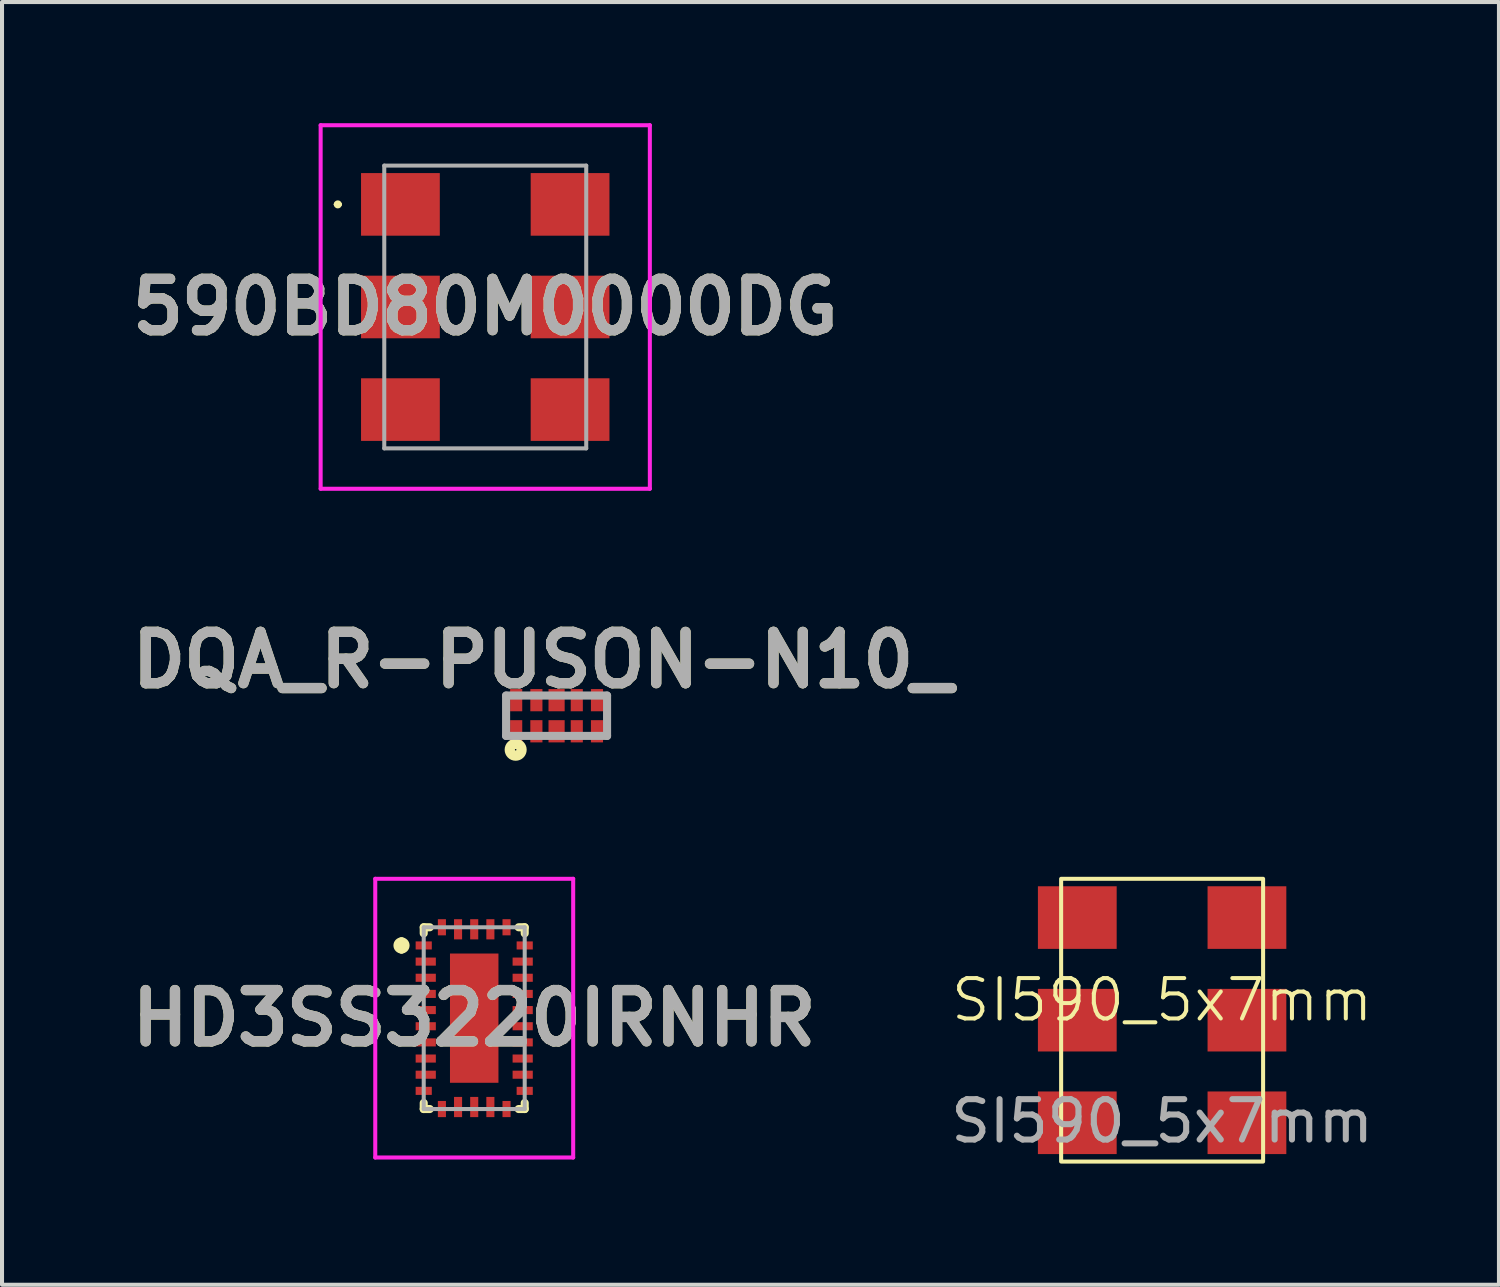
<source format=kicad_pcb>
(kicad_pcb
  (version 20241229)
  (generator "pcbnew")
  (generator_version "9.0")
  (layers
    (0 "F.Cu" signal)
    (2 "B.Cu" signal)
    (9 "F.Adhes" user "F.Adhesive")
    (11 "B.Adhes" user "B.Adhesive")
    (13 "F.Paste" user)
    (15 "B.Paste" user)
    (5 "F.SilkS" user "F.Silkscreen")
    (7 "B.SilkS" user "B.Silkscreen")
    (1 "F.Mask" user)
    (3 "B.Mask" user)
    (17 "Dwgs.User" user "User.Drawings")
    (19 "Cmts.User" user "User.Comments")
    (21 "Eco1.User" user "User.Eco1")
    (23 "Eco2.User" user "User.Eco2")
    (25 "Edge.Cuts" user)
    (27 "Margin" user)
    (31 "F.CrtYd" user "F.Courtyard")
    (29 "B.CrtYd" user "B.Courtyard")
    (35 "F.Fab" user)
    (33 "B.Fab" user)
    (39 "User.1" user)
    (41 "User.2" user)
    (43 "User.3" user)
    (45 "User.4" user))
  (footprint "HD3SS3220IRNHR"
    (layer "F.Cu")
    (at 8.69 22.156)
    (property "Reference" "HD3SS3220IRNHR" (at 0 0 0) (layer "F.SilkS") (effects (font (size 1.27 1.27) (thickness 0.254))))
    (attr smd)
    (fp_line (start -1.8 -1.9) (end -1.8 -1.9) (stroke (width 0.2) (type solid)) (layer "F.SilkS"))
    (fp_line (start -1.8 -1.7) (end -1.8 -1.7) (stroke (width 0.2) (type solid)) (layer "F.SilkS"))
    (fp_line (start -1.25 -2.25) (end -1.25 -2.1) (stroke (width 0.2) (type solid)) (layer "F.SilkS"))
    (fp_line (start -1.25 2.1) (end -1.25 2.25) (stroke (width 0.2) (type solid)) (layer "F.SilkS"))
    (fp_line (start -1.25 2.25) (end -1.1 2.25) (stroke (width 0.2) (type solid)) (layer "F.SilkS"))
    (fp_line (start -1.1 -2.25) (end -1.25 -2.25) (stroke (width 0.2) (type solid)) (layer "F.SilkS"))
    (fp_line (start 1.1 -2.25) (end 1.25 -2.25) (stroke (width 0.2) (type solid)) (layer "F.SilkS"))
    (fp_line (start 1.1 2.25) (end 1.25 2.25) (stroke (width 0.2) (type solid)) (layer "F.SilkS"))
    (fp_line (start 1.25 -2.25) (end 1.25 -2.1) (stroke (width 0.2) (type solid)) (layer "F.SilkS"))
    (fp_line (start 1.25 2.25) (end 1.25 2.1) (stroke (width 0.2) (type solid)) (layer "F.SilkS"))
    (fp_arc (start -1.8 -1.9) (mid -1.7 -1.8) (end -1.8 -1.7) (stroke (width 0.2) (type solid)) (layer "F.SilkS"))
    (fp_arc (start -1.8 -1.7) (mid -1.9 -1.8) (end -1.8 -1.9) (stroke (width 0.2) (type solid)) (layer "F.SilkS"))
    (fp_line (start -2.45 -3.45) (end 2.45 -3.45) (stroke (width 0.1) (type solid)) (layer "F.CrtYd"))
    (fp_line (start -2.45 3.45) (end -2.45 -3.45) (stroke (width 0.1) (type solid)) (layer "F.CrtYd"))
    (fp_line (start 2.45 -3.45) (end 2.45 3.45) (stroke (width 0.1) (type solid)) (layer "F.CrtYd"))
    (fp_line (start 2.45 3.45) (end -2.45 3.45) (stroke (width 0.1) (type solid)) (layer "F.CrtYd"))
    (fp_line (start -1.25 -2.25) (end 1.25 -2.25) (stroke (width 0.1) (type solid)) (layer "F.Fab"))
    (fp_line (start -1.25 2.25) (end -1.25 -2.25) (stroke (width 0.1) (type solid)) (layer "F.Fab"))
    (fp_line (start 1.25 -2.25) (end 1.25 2.25) (stroke (width 0.1) (type solid)) (layer "F.Fab"))
    (fp_line (start 1.25 2.25) (end -1.25 2.25) (stroke (width 0.1) (type solid)) (layer "F.Fab"))
    (fp_text user "${REFERENCE}" (at 0 0 0) (layer "F.Fab") (effects (font (size 1.27 1.27) (thickness 0.254))))
    (pad "1" smd rect (at -1.25 -1.8 90) (size 0.2 0.4) (layers "F.Cu" "F.Mask" "F.Paste"))
    (pad "2" smd rect (at -1.2 -1.4 90) (size 0.2 0.5) (layers "F.Cu" "F.Mask" "F.Paste"))
    (pad "3" smd rect (at -1.2 -1 90) (size 0.2 0.5) (layers "F.Cu" "F.Mask" "F.Paste"))
    (pad "4" smd rect (at -1.2 -0.6 90) (size 0.2 0.5) (layers "F.Cu" "F.Mask" "F.Paste"))
    (pad "5" smd rect (at -1.2 -0.2 90) (size 0.2 0.5) (layers "F.Cu" "F.Mask" "F.Paste"))
    (pad "6" smd rect (at -1.2 0.2 90) (size 0.2 0.5) (layers "F.Cu" "F.Mask" "F.Paste"))
    (pad "7" smd rect (at -1.2 0.6 90) (size 0.2 0.5) (layers "F.Cu" "F.Mask" "F.Paste"))
    (pad "8" smd rect (at -1.2 1 90) (size 0.2 0.5) (layers "F.Cu" "F.Mask" "F.Paste"))
    (pad "9" smd rect (at -1.2 1.4 90) (size 0.2 0.5) (layers "F.Cu" "F.Mask" "F.Paste"))
    (pad "10" smd rect (at -1.25 1.8 90) (size 0.2 0.4) (layers "F.Cu" "F.Mask" "F.Paste"))
    (pad "11" smd rect (at -0.8 2.25) (size 0.2 0.4) (layers "F.Cu" "F.Mask" "F.Paste"))
    (pad "12" smd rect (at -0.4 2.2) (size 0.2 0.5) (layers "F.Cu" "F.Mask" "F.Paste"))
    (pad "13" smd rect (at 0 2.2) (size 0.2 0.5) (layers "F.Cu" "F.Mask" "F.Paste"))
    (pad "14" smd rect (at 0.4 2.2) (size 0.2 0.5) (layers "F.Cu" "F.Mask" "F.Paste"))
    (pad "15" smd rect (at 0.8 2.25) (size 0.2 0.4) (layers "F.Cu" "F.Mask" "F.Paste"))
    (pad "16" smd rect (at 1.25 1.8 90) (size 0.2 0.4) (layers "F.Cu" "F.Mask" "F.Paste"))
    (pad "17" smd rect (at 1.2 1.4 90) (size 0.2 0.5) (layers "F.Cu" "F.Mask" "F.Paste"))
    (pad "18" smd rect (at 1.2 1 90) (size 0.2 0.5) (layers "F.Cu" "F.Mask" "F.Paste"))
    (pad "19" smd rect (at 1.2 0.6 90) (size 0.2 0.5) (layers "F.Cu" "F.Mask" "F.Paste"))
    (pad "20" smd rect (at 1.2 0.2 90) (size 0.2 0.5) (layers "F.Cu" "F.Mask" "F.Paste"))
    (pad "21" smd rect (at 1.2 -0.2 90) (size 0.2 0.5) (layers "F.Cu" "F.Mask" "F.Paste"))
    (pad "22" smd rect (at 1.2 -0.6 90) (size 0.2 0.5) (layers "F.Cu" "F.Mask" "F.Paste"))
    (pad "23" smd rect (at 1.2 -1 90) (size 0.2 0.5) (layers "F.Cu" "F.Mask" "F.Paste"))
    (pad "24" smd rect (at 1.2 -1.4 90) (size 0.2 0.5) (layers "F.Cu" "F.Mask" "F.Paste"))
    (pad "25" smd rect (at 1.25 -1.8 90) (size 0.2 0.4) (layers "F.Cu" "F.Mask" "F.Paste"))
    (pad "26" smd rect (at 0.8 -2.25) (size 0.2 0.4) (layers "F.Cu" "F.Mask" "F.Paste"))
    (pad "27" smd rect (at 0.4 -2.2) (size 0.2 0.5) (layers "F.Cu" "F.Mask" "F.Paste"))
    (pad "28" smd rect (at 0 -2.2) (size 0.2 0.5) (layers "F.Cu" "F.Mask" "F.Paste"))
    (pad "29" smd rect (at -0.4 -2.2) (size 0.2 0.5) (layers "F.Cu" "F.Mask" "F.Paste"))
    (pad "30" smd rect (at -0.8 -2.25) (size 0.2 0.4) (layers "F.Cu" "F.Mask" "F.Paste"))
    (pad "31" smd rect (at 0 0) (size 1.2 3.2) (layers "F.Cu" "F.Mask" "F.Paste")))
  (footprint "SI590_5x7mm"
    (layer "F.Cu")
    (at 25.72 22.206)
    (property "Reference" "SI590_5x7mm" (at 0 -0.5 0) (unlocked yes) (layer "F.SilkS") (effects (font (size 1 1) (thickness 0.1))))
    (attr smd)
    (fp_rect (start -2.5 -3.5) (end 2.5 3.5) (stroke (width 0.1) (type default)) (fill no) (layer "F.SilkS"))
    (fp_text user "${REFERENCE}" (at 0 2.5 0) (unlocked yes) (layer "F.Fab") (effects (font (size 1 1) (thickness 0.15))))
    (pad "1" smd rect (at -2.1 -2.54) (size 1.95 1.55) (layers "F.Cu" "F.Mask" "F.Paste"))
    (pad "2" smd rect (at -2.1 0) (size 1.95 1.55) (layers "F.Cu" "F.Mask" "F.Paste"))
    (pad "3" smd rect (at -2.1 2.54) (size 1.95 1.55) (layers "F.Cu" "F.Mask" "F.Paste"))
    (pad "4" smd rect (at 2.1 2.54) (size 1.95 1.55) (layers "F.Cu" "F.Mask" "F.Paste"))
    (pad "5" smd rect (at 2.1 0) (size 1.95 1.55) (layers "F.Cu" "F.Mask" "F.Paste"))
    (pad "6" smd rect (at 2.1 -2.54) (size 1.95 1.55) (layers "F.Cu" "F.Mask" "F.Paste")))
  (footprint "DQA_R-PUSON-N10_"
    (layer "F.Cu")
    (at 10.729 14.669)
    (property "Reference" "DQA_R-PUSON-N10_" (at -0.345 -1.38 0) (layer "F.SilkS") (effects (font (size 1.27 1.27) (thickness 0.254))))
    (attr smd)
    (fp_circle (center -1.013 0.842) (end -1.013 0.861) (stroke (width 0.254) (type solid)) (fill no) (layer "F.SilkS"))
    (fp_line (start -1.25 -0.5) (end 1.25 -0.5) (stroke (width 0.2) (type solid)) (layer "F.Fab"))
    (fp_line (start -1.25 0.5) (end -1.25 -0.5) (stroke (width 0.2) (type solid)) (layer "F.Fab"))
    (fp_line (start 1.25 -0.5) (end 1.25 0.5) (stroke (width 0.2) (type solid)) (layer "F.Fab"))
    (fp_line (start 1.25 0.5) (end -1.25 0.5) (stroke (width 0.2) (type solid)) (layer "F.Fab"))
    (fp_text user "${REFERENCE}" (at -0.345 -1.38 0) (layer "F.Fab") (effects (font (size 1.27 1.27) (thickness 0.254))))
    (pad "1" smd rect (at -1 0.385) (size 0.3 0.55) (layers "F.Cu" "F.Mask" "F.Paste"))
    (pad "2" smd rect (at -0.5 0.385) (size 0.3 0.55) (layers "F.Cu" "F.Mask" "F.Paste"))
    (pad "3" smd rect (at 0 0.385) (size 0.4 0.55) (layers "F.Cu" "F.Mask" "F.Paste"))
    (pad "4" smd rect (at 0.5 0.385) (size 0.3 0.55) (layers "F.Cu" "F.Mask" "F.Paste"))
    (pad "5" smd rect (at 1 0.385) (size 0.3 0.55) (layers "F.Cu" "F.Mask" "F.Paste"))
    (pad "6" smd rect (at 1 -0.385) (size 0.3 0.55) (layers "F.Cu" "F.Mask" "F.Paste"))
    (pad "7" smd rect (at 0.5 -0.385) (size 0.3 0.55) (layers "F.Cu" "F.Mask" "F.Paste"))
    (pad "8" smd rect (at 0 -0.385) (size 0.4 0.55) (layers "F.Cu" "F.Mask" "F.Paste"))
    (pad "9" smd rect (at -0.5 -0.385) (size 0.3 0.55) (layers "F.Cu" "F.Mask" "F.Paste"))
    (pad "10" smd rect (at -1 -0.385) (size 0.3 0.55) (layers "F.Cu" "F.Mask" "F.Paste")))
  (footprint "590BD80M0000DG"
    (layer "F.Cu")
    (at 8.963 4.55)
    (property "Reference" "590BD80M0000DG" (at 0 0 0) (layer "F.SilkS") (effects (font (size 1.27 1.27) (thickness 0.254))))
    (attr smd)
    (fp_line (start -3.7 -2.54) (end -3.7 -2.54) (stroke (width 0.1) (type solid)) (layer "F.SilkS"))
    (fp_line (start -3.6 -2.54) (end -3.6 -2.54) (stroke (width 0.1) (type solid)) (layer "F.SilkS"))
    (fp_arc (start -3.7 -2.54) (mid -3.65 -2.59) (end -3.6 -2.54) (stroke (width 0.1) (type solid)) (layer "F.SilkS"))
    (fp_arc (start -3.6 -2.54) (mid -3.65 -2.49) (end -3.7 -2.54) (stroke (width 0.1) (type solid)) (layer "F.SilkS"))
    (fp_line (start -4.075 -4.5) (end 4.075 -4.5) (stroke (width 0.1) (type solid)) (layer "F.CrtYd"))
    (fp_line (start -4.075 4.5) (end -4.075 -4.5) (stroke (width 0.1) (type solid)) (layer "F.CrtYd"))
    (fp_line (start 4.075 -4.5) (end 4.075 4.5) (stroke (width 0.1) (type solid)) (layer "F.CrtYd"))
    (fp_line (start 4.075 4.5) (end -4.075 4.5) (stroke (width 0.1) (type solid)) (layer "F.CrtYd"))
    (fp_line (start -2.5 -3.5) (end 2.5 -3.5) (stroke (width 0.1) (type solid)) (layer "F.Fab"))
    (fp_line (start -2.5 3.5) (end -2.5 -3.5) (stroke (width 0.1) (type solid)) (layer "F.Fab"))
    (fp_line (start 2.5 -3.5) (end 2.5 3.5) (stroke (width 0.1) (type solid)) (layer "F.Fab"))
    (fp_line (start 2.5 3.5) (end -2.5 3.5) (stroke (width 0.1) (type solid)) (layer "F.Fab"))
    (fp_text user "${REFERENCE}" (at 0 0 0) (layer "F.Fab") (effects (font (size 1.27 1.27) (thickness 0.254))))
    (pad "1" smd rect (at -2.1 -2.54 90) (size 1.55 1.95) (layers "F.Cu" "F.Mask" "F.Paste"))
    (pad "2" smd rect (at -2.1 0 90) (size 1.55 1.95) (layers "F.Cu" "F.Mask" "F.Paste"))
    (pad "3" smd rect (at -2.1 2.54 90) (size 1.55 1.95) (layers "F.Cu" "F.Mask" "F.Paste"))
    (pad "4" smd rect (at 2.1 2.54 90) (size 1.55 1.95) (layers "F.Cu" "F.Mask" "F.Paste"))
    (pad "5" smd rect (at 2.1 0 90) (size 1.55 1.95) (layers "F.Cu" "F.Mask" "F.Paste"))
    (pad "6" smd rect (at 2.1 -2.54 90) (size 1.55 1.95) (layers "F.Cu" "F.Mask" "F.Paste")))
  (gr_rect
    (start -3 -3)
    (end 34.059 28.756)
    (stroke (width 0.1) (type default))
    (fill no)
    (layer "Edge.Cuts")))
</source>
